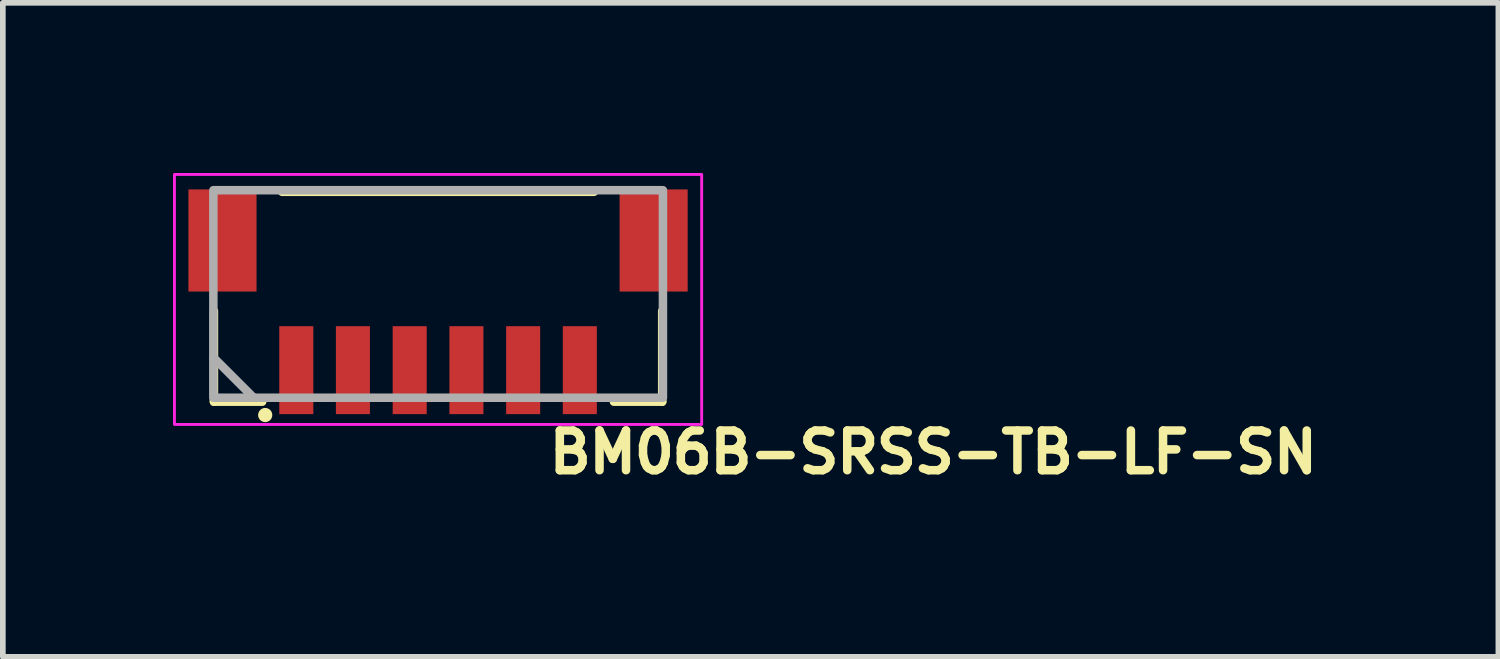
<source format=kicad_pcb>
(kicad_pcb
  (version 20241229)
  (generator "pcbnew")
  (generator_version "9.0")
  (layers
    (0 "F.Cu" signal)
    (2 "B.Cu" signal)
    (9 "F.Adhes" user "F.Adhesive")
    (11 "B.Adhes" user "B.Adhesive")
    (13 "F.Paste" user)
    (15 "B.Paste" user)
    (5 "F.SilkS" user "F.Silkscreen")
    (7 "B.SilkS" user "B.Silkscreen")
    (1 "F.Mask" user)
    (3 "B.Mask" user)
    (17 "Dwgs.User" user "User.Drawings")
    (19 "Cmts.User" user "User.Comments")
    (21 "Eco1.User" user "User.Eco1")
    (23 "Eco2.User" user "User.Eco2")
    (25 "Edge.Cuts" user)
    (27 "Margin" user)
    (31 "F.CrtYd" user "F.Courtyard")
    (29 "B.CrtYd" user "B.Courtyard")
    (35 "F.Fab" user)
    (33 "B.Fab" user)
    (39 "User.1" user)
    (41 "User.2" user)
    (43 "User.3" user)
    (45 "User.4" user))
  (footprint "BM06B-SRSS-TB-LF-SN"
    (layer "F.Cu")
    (at 4.672 2.132)
    (property "Reference" "BM06B-SRSS-TB-LF-SN" (at 1.881 3.2 0) (layer "F.SilkS") (effects (font (size 0.7 0.7) (thickness 0.15)) (justify left bottom)))
    (attr smd)
    (fp_line (start -3.951 0.3) (end -3.951 1.899) (stroke (width 0.15) (type solid)) (layer "F.SilkS"))
    (fp_line (start -3.951 1.899) (end -3.1 1.899) (stroke (width 0.15) (type solid)) (layer "F.SilkS"))
    (fp_line (start -2.749 -1.801) (end 2.749 -1.801) (stroke (width 0.15) (type solid)) (layer "F.SilkS"))
    (fp_line (start 3.951 0.3) (end 3.951 1.899) (stroke (width 0.15) (type solid)) (layer "F.SilkS"))
    (fp_line (start 3.951 1.899) (end 3.1 1.899) (stroke (width 0.15) (type solid)) (layer "F.SilkS"))
    (fp_circle (center -3.047 2.134) (end -2.997 2.134) (stroke (width 0.15) (type solid)) (fill yes) (layer "F.SilkS"))
    (fp_rect (start -4.647 -2.107) (end 4.647 2.3) (stroke (width 0.05) (type solid)) (fill no) (layer "F.CrtYd"))
    (fp_line (start -3.961 1.118) (end -3.25 1.829) (stroke (width 0.15) (type solid)) (layer "F.Fab"))
    (fp_rect (start -3.961 -1.829) (end 3.964 1.829) (stroke (width 0.15) (type solid)) (fill no) (layer "F.Fab"))
    (fp_rect (start -3.999 -1.801) (end 4 1.8) (stroke (width 0.1) (type solid)) (fill no) (layer "User.5"))
    (fp_rect (start -3.999 -1.801) (end 4 1.8) (stroke (width 0.15) (type solid)) (fill no) (layer "User.5"))
    (fp_line (start -3.999 -1.801) (end -3.999 -0.151) (stroke (width 0.02) (type solid)) (layer "User.9"))
    (fp_line (start -3.999 0.6) (end -3.999 -0.151) (stroke (width 0.02) (type solid)) (layer "User.9"))
    (fp_line (start -3.999 1.1) (end -3.999 0.6) (stroke (width 0.02) (type solid)) (layer "User.9"))
    (fp_line (start -3.624 -0.902) (end -3.3 -0.902) (stroke (width 0.02) (type solid)) (layer "User.9"))
    (fp_line (start -3.624 -0.202) (end -3.624 -0.902) (stroke (width 0.02) (type solid)) (layer "User.9"))
    (fp_line (start -3.624 -0.151) (end -3.999 -0.151) (stroke (width 0.02) (type solid)) (layer "User.9"))
    (fp_line (start -3.624 -0.151) (end -3.624 1.1) (stroke (width 0.02) (type solid)) (layer "User.9"))
    (fp_line (start -3.624 0.6) (end -3.999 0.6) (stroke (width 0.02) (type solid)) (layer "User.9"))
    (fp_line (start -3.624 1.1) (end -3.999 1.1) (stroke (width 0.02) (type solid)) (layer "User.9"))
    (fp_line (start -3.3 -1.476) (end -3.249 -1.426) (stroke (width 0.02) (type solid)) (layer "User.9"))
    (fp_line (start -3.3 -1.476) (end 3.3 -1.476) (stroke (width 0.02) (type solid)) (layer "User.9"))
    (fp_line (start -3.3 -0.902) (end -3.3 -1.476) (stroke (width 0.02) (type solid)) (layer "User.9"))
    (fp_line (start -3.3 -0.202) (end -3.624 -0.202) (stroke (width 0.02) (type solid)) (layer "User.9"))
    (fp_line (start -3.3 -0.202) (end -3.249 -0.202) (stroke (width 0.02) (type solid)) (layer "User.9"))
    (fp_line (start -3.3 0.673) (end -3.3 -0.202) (stroke (width 0.02) (type solid)) (layer "User.9"))
    (fp_line (start -3.249 -1.426) (end -3.249 -0.902) (stroke (width 0.02) (type solid)) (layer "User.9"))
    (fp_line (start -3.249 -0.902) (end -3.3 -0.902) (stroke (width 0.02) (type solid)) (layer "User.9"))
    (fp_line (start -3.249 -0.202) (end -3.249 0.625) (stroke (width 0.02) (type solid)) (layer "User.9"))
    (fp_line (start -3.249 0.625) (end -3.3 0.673) (stroke (width 0.02) (type solid)) (layer "User.9"))
    (fp_line (start -3.249 0.625) (end 3.25 0.625) (stroke (width 0.02) (type solid)) (layer "User.9"))
    (fp_line (start -2.601 -1.101) (end -2.601 -1.101) (stroke (width 0.02) (type solid)) (layer "User.9"))
    (fp_line (start -2.601 -1.101) (end -2.601 -0.879) (stroke (width 0.02) (type solid)) (layer "User.9"))
    (fp_line (start -2.601 -1.101) (end -2.575 -1.101) (stroke (width 0.02) (type solid)) (layer "User.9"))
    (fp_line (start -2.601 -0.879) (end -2.601 -1.101) (stroke (width 0.02) (type solid)) (layer "User.9"))
    (fp_line (start -2.601 -0.723) (end -2.601 -0.879) (stroke (width 0.02) (type solid)) (layer "User.9"))
    (fp_line (start -2.601 -0.723) (end -2.601 -0.502) (stroke (width 0.02) (type solid)) (layer "User.9"))
    (fp_line (start -2.601 -0.502) (end -2.601 -0.723) (stroke (width 0.02) (type solid)) (layer "User.9"))
    (fp_line (start -2.601 -0.5) (end -2.601 -0.502) (stroke (width 0.02) (type solid)) (layer "User.9"))
    (fp_line (start -2.601 -0.5) (end -2.575 -0.5) (stroke (width 0.02) (type solid)) (layer "User.9"))
    (fp_line (start -2.601 -0.064) (end -2.601 0.337) (stroke (width 0.02) (type solid)) (layer "User.9"))
    (fp_line (start -2.601 0.337) (end -2.399 0.337) (stroke (width 0.02) (type solid)) (layer "User.9"))
    (fp_line (start -2.601 1.1) (end -2.601 1.25) (stroke (width 0.02) (type solid)) (layer "User.9"))
    (fp_line (start -2.601 1.25) (end -2.601 1.723) (stroke (width 0.02) (type solid)) (layer "User.9"))
    (fp_line (start -2.601 1.723) (end -2.601 1.8) (stroke (width 0.02) (type solid)) (layer "User.9"))
    (fp_line (start -2.575 -1.101) (end -2.601 -1.101) (stroke (width 0.02) (type solid)) (layer "User.9"))
    (fp_line (start -2.575 -1.101) (end -2.425 -1.101) (stroke (width 0.02) (type solid)) (layer "User.9"))
    (fp_line (start -2.575 -0.5) (end -2.601 -0.5) (stroke (width 0.02) (type solid)) (layer "User.9"))
    (fp_line (start -2.425 -1.101) (end -2.399 -1.101) (stroke (width 0.02) (type solid)) (layer "User.9"))
    (fp_line (start -2.425 -0.5) (end -2.575 -0.5) (stroke (width 0.02) (type solid)) (layer "User.9"))
    (fp_line (start -2.425 -0.5) (end -2.399 -0.5) (stroke (width 0.02) (type solid)) (layer "User.9"))
    (fp_line (start -2.399 -1.101) (end -2.425 -1.101) (stroke (width 0.02) (type solid)) (layer "User.9"))
    (fp_line (start -2.399 -1.101) (end -2.399 -1.101) (stroke (width 0.02) (type solid)) (layer "User.9"))
    (fp_line (start -2.399 -1.101) (end -2.399 -0.879) (stroke (width 0.02) (type solid)) (layer "User.9"))
    (fp_line (start -2.399 -0.879) (end -2.399 -1.101) (stroke (width 0.02) (type solid)) (layer "User.9"))
    (fp_line (start -2.399 -0.879) (end -2.399 -0.723) (stroke (width 0.02) (type solid)) (layer "User.9"))
    (fp_line (start -2.399 -0.723) (end -2.399 -0.502) (stroke (width 0.02) (type solid)) (layer "User.9"))
    (fp_line (start -2.399 -0.502) (end -2.399 -0.723) (stroke (width 0.02) (type solid)) (layer "User.9"))
    (fp_line (start -2.399 -0.502) (end -2.399 -0.5) (stroke (width 0.02) (type solid)) (layer "User.9"))
    (fp_line (start -2.399 -0.5) (end -2.425 -0.5) (stroke (width 0.02) (type solid)) (layer "User.9"))
    (fp_line (start -2.399 -0.064) (end -2.601 -0.064) (stroke (width 0.02) (type solid)) (layer "User.9"))
    (fp_line (start -2.399 0.337) (end -2.399 -0.064) (stroke (width 0.02) (type solid)) (layer "User.9"))
    (fp_line (start -2.399 1.1) (end -2.399 1.25) (stroke (width 0.02) (type solid)) (layer "User.9"))
    (fp_line (start -2.399 1.25) (end -2.601 1.25) (stroke (width 0.02) (type solid)) (layer "User.9"))
    (fp_line (start -2.399 1.25) (end -2.399 1.723) (stroke (width 0.02) (type solid)) (layer "User.9"))
    (fp_line (start -2.399 1.723) (end -2.399 1.8) (stroke (width 0.02) (type solid)) (layer "User.9"))
    (fp_line (start -2.399 1.8) (end -2.601 1.8) (stroke (width 0.02) (type solid)) (layer "User.9"))
    (fp_line (start -1.6 -1.101) (end -1.6 -1.101) (stroke (width 0.02) (type solid)) (layer "User.9"))
    (fp_line (start -1.6 -1.101) (end -1.6 -0.879) (stroke (width 0.02) (type solid)) (layer "User.9"))
    (fp_line (start -1.6 -1.101) (end -1.574 -1.101) (stroke (width 0.02) (type solid)) (layer "User.9"))
    (fp_line (start -1.6 -0.879) (end -1.6 -1.101) (stroke (width 0.02) (type solid)) (layer "User.9"))
    (fp_line (start -1.6 -0.723) (end -1.6 -0.879) (stroke (width 0.02) (type solid)) (layer "User.9"))
    (fp_line (start -1.6 -0.723) (end -1.6 -0.502) (stroke (width 0.02) (type solid)) (layer "User.9"))
    (fp_line (start -1.6 -0.502) (end -1.6 -0.723) (stroke (width 0.02) (type solid)) (layer "User.9"))
    (fp_line (start -1.6 -0.5) (end -1.6 -0.502) (stroke (width 0.02) (type solid)) (layer "User.9"))
    (fp_line (start -1.6 -0.5) (end -1.574 -0.5) (stroke (width 0.02) (type solid)) (layer "User.9"))
    (fp_line (start -1.6 -0.064) (end -1.6 0.337) (stroke (width 0.02) (type solid)) (layer "User.9"))
    (fp_line (start -1.6 0.337) (end -1.399 0.337) (stroke (width 0.02) (type solid)) (layer "User.9"))
    (fp_line (start -1.6 1.1) (end -1.6 1.25) (stroke (width 0.02) (type solid)) (layer "User.9"))
    (fp_line (start -1.6 1.1) (end -1.6 1.25) (stroke (width 0.02) (type solid)) (layer "User.9"))
    (fp_line (start -1.6 1.25) (end -1.6 1.723) (stroke (width 0.02) (type solid)) (layer "User.9"))
    (fp_line (start -1.6 1.25) (end -1.6 1.723) (stroke (width 0.02) (type solid)) (layer "User.9"))
    (fp_line (start -1.6 1.723) (end -1.6 1.8) (stroke (width 0.02) (type solid)) (layer "User.9"))
    (fp_line (start -1.6 1.723) (end -1.6 1.8) (stroke (width 0.02) (type solid)) (layer "User.9"))
    (fp_line (start -1.574 -1.101) (end -1.6 -1.101) (stroke (width 0.02) (type solid)) (layer "User.9"))
    (fp_line (start -1.574 -1.101) (end -1.425 -1.101) (stroke (width 0.02) (type solid)) (layer "User.9"))
    (fp_line (start -1.574 -0.5) (end -1.6 -0.5) (stroke (width 0.02) (type solid)) (layer "User.9"))
    (fp_line (start -1.425 -1.101) (end -1.399 -1.101) (stroke (width 0.02) (type solid)) (layer "User.9"))
    (fp_line (start -1.425 -0.5) (end -1.574 -0.5) (stroke (width 0.02) (type solid)) (layer "User.9"))
    (fp_line (start -1.425 -0.5) (end -1.399 -0.5) (stroke (width 0.02) (type solid)) (layer "User.9"))
    (fp_line (start -1.399 -1.101) (end -1.425 -1.101) (stroke (width 0.02) (type solid)) (layer "User.9"))
    (fp_line (start -1.399 -1.101) (end -1.399 -1.101) (stroke (width 0.02) (type solid)) (layer "User.9"))
    (fp_line (start -1.399 -1.101) (end -1.399 -0.879) (stroke (width 0.02) (type solid)) (layer "User.9"))
    (fp_line (start -1.399 -0.879) (end -1.399 -1.101) (stroke (width 0.02) (type solid)) (layer "User.9"))
    (fp_line (start -1.399 -0.879) (end -1.399 -0.723) (stroke (width 0.02) (type solid)) (layer "User.9"))
    (fp_line (start -1.399 -0.723) (end -1.399 -0.502) (stroke (width 0.02) (type solid)) (layer "User.9"))
    (fp_line (start -1.399 -0.502) (end -1.399 -0.723) (stroke (width 0.02) (type solid)) (layer "User.9"))
    (fp_line (start -1.399 -0.502) (end -1.399 -0.5) (stroke (width 0.02) (type solid)) (layer "User.9"))
    (fp_line (start -1.399 -0.5) (end -1.425 -0.5) (stroke (width 0.02) (type solid)) (layer "User.9"))
    (fp_line (start -1.399 -0.064) (end -1.6 -0.064) (stroke (width 0.02) (type solid)) (layer "User.9"))
    (fp_line (start -1.399 0.337) (end -1.399 -0.064) (stroke (width 0.02) (type solid)) (layer "User.9"))
    (fp_line (start -1.399 1.1) (end -1.399 1.25) (stroke (width 0.02) (type solid)) (layer "User.9"))
    (fp_line (start -1.399 1.1) (end -1.399 1.25) (stroke (width 0.02) (type solid)) (layer "User.9"))
    (fp_line (start -1.399 1.25) (end -1.6 1.25) (stroke (width 0.02) (type solid)) (layer "User.9"))
    (fp_line (start -1.399 1.25) (end -1.6 1.25) (stroke (width 0.02) (type solid)) (layer "User.9"))
    (fp_line (start -1.399 1.25) (end -1.399 1.723) (stroke (width 0.02) (type solid)) (layer "User.9"))
    (fp_line (start -1.399 1.25) (end -1.399 1.723) (stroke (width 0.02) (type solid)) (layer "User.9"))
    (fp_line (start -1.399 1.723) (end -1.399 1.8) (stroke (width 0.02) (type solid)) (layer "User.9"))
    (fp_line (start -1.399 1.723) (end -1.399 1.8) (stroke (width 0.02) (type solid)) (layer "User.9"))
    (fp_line (start -1.399 1.8) (end -1.6 1.8) (stroke (width 0.02) (type solid)) (layer "User.9"))
    (fp_line (start -1.399 1.8) (end -1.6 1.8) (stroke (width 0.02) (type solid)) (layer "User.9"))
    (fp_line (start -0.601 -1.101) (end -0.601 -1.101) (stroke (width 0.02) (type solid)) (layer "User.9"))
    (fp_line (start -0.601 -1.101) (end -0.601 -0.879) (stroke (width 0.02) (type solid)) (layer "User.9"))
    (fp_line (start -0.601 -1.101) (end -0.574 -1.101) (stroke (width 0.02) (type solid)) (layer "User.9"))
    (fp_line (start -0.601 -0.879) (end -0.601 -1.101) (stroke (width 0.02) (type solid)) (layer "User.9"))
    (fp_line (start -0.601 -0.723) (end -0.601 -0.879) (stroke (width 0.02) (type solid)) (layer "User.9"))
    (fp_line (start -0.601 -0.723) (end -0.601 -0.502) (stroke (width 0.02) (type solid)) (layer "User.9"))
    (fp_line (start -0.601 -0.502) (end -0.601 -0.723) (stroke (width 0.02) (type solid)) (layer "User.9"))
    (fp_line (start -0.601 -0.5) (end -0.601 -0.502) (stroke (width 0.02) (type solid)) (layer "User.9"))
    (fp_line (start -0.601 -0.5) (end -0.574 -0.5) (stroke (width 0.02) (type solid)) (layer "User.9"))
    (fp_line (start -0.601 -0.064) (end -0.601 0.337) (stroke (width 0.02) (type solid)) (layer "User.9"))
    (fp_line (start -0.601 0.337) (end -0.399 0.337) (stroke (width 0.02) (type solid)) (layer "User.9"))
    (fp_line (start -0.601 1.1) (end -0.601 1.25) (stroke (width 0.02) (type solid)) (layer "User.9"))
    (fp_line (start -0.601 1.1) (end -0.601 1.25) (stroke (width 0.02) (type solid)) (layer "User.9"))
    (fp_line (start -0.601 1.1) (end -0.601 1.25) (stroke (width 0.02) (type solid)) (layer "User.9"))
    (fp_line (start -0.601 1.25) (end -0.601 1.723) (stroke (width 0.02) (type solid)) (layer "User.9"))
    (fp_line (start -0.601 1.25) (end -0.601 1.723) (stroke (width 0.02) (type solid)) (layer "User.9"))
    (fp_line (start -0.601 1.25) (end -0.601 1.723) (stroke (width 0.02) (type solid)) (layer "User.9"))
    (fp_line (start -0.601 1.723) (end -0.601 1.8) (stroke (width 0.02) (type solid)) (layer "User.9"))
    (fp_line (start -0.601 1.723) (end -0.601 1.8) (stroke (width 0.02) (type solid)) (layer "User.9"))
    (fp_line (start -0.601 1.723) (end -0.601 1.8) (stroke (width 0.02) (type solid)) (layer "User.9"))
    (fp_line (start -0.574 -1.101) (end -0.601 -1.101) (stroke (width 0.02) (type solid)) (layer "User.9"))
    (fp_line (start -0.574 -1.101) (end -0.424 -1.101) (stroke (width 0.02) (type solid)) (layer "User.9"))
    (fp_line (start -0.574 -0.5) (end -0.601 -0.5) (stroke (width 0.02) (type solid)) (layer "User.9"))
    (fp_line (start -0.424 -1.101) (end -0.399 -1.101) (stroke (width 0.02) (type solid)) (layer "User.9"))
    (fp_line (start -0.424 -0.5) (end -0.574 -0.5) (stroke (width 0.02) (type solid)) (layer "User.9"))
    (fp_line (start -0.424 -0.5) (end -0.399 -0.5) (stroke (width 0.02) (type solid)) (layer "User.9"))
    (fp_line (start -0.399 -1.101) (end -0.424 -1.101) (stroke (width 0.02) (type solid)) (layer "User.9"))
    (fp_line (start -0.399 -1.101) (end -0.399 -1.101) (stroke (width 0.02) (type solid)) (layer "User.9"))
    (fp_line (start -0.399 -1.101) (end -0.399 -0.879) (stroke (width 0.02) (type solid)) (layer "User.9"))
    (fp_line (start -0.399 -0.879) (end -0.399 -1.101) (stroke (width 0.02) (type solid)) (layer "User.9"))
    (fp_line (start -0.399 -0.879) (end -0.399 -0.723) (stroke (width 0.02) (type solid)) (layer "User.9"))
    (fp_line (start -0.399 -0.723) (end -0.399 -0.502) (stroke (width 0.02) (type solid)) (layer "User.9"))
    (fp_line (start -0.399 -0.502) (end -0.399 -0.723) (stroke (width 0.02) (type solid)) (layer "User.9"))
    (fp_line (start -0.399 -0.502) (end -0.399 -0.5) (stroke (width 0.02) (type solid)) (layer "User.9"))
    (fp_line (start -0.399 -0.5) (end -0.424 -0.5) (stroke (width 0.02) (type solid)) (layer "User.9"))
    (fp_line (start -0.399 -0.064) (end -0.601 -0.064) (stroke (width 0.02) (type solid)) (layer "User.9"))
    (fp_line (start -0.399 0.337) (end -0.399 -0.064) (stroke (width 0.02) (type solid)) (layer "User.9"))
    (fp_line (start -0.399 1.1) (end -0.399 1.25) (stroke (width 0.02) (type solid)) (layer "User.9"))
    (fp_line (start -0.399 1.1) (end -0.399 1.25) (stroke (width 0.02) (type solid)) (layer "User.9"))
    (fp_line (start -0.399 1.1) (end -0.399 1.25) (stroke (width 0.02) (type solid)) (layer "User.9"))
    (fp_line (start -0.399 1.25) (end -0.601 1.25) (stroke (width 0.02) (type solid)) (layer "User.9"))
    (fp_line (start -0.399 1.25) (end -0.601 1.25) (stroke (width 0.02) (type solid)) (layer "User.9"))
    (fp_line (start -0.399 1.25) (end -0.601 1.25) (stroke (width 0.02) (type solid)) (layer "User.9"))
    (fp_line (start -0.399 1.25) (end -0.399 1.723) (stroke (width 0.02) (type solid)) (layer "User.9"))
    (fp_line (start -0.399 1.25) (end -0.399 1.723) (stroke (width 0.02) (type solid)) (layer "User.9"))
    (fp_line (start -0.399 1.25) (end -0.399 1.723) (stroke (width 0.02) (type solid)) (layer "User.9"))
    (fp_line (start -0.399 1.723) (end -0.399 1.8) (stroke (width 0.02) (type solid)) (layer "User.9"))
    (fp_line (start -0.399 1.723) (end -0.399 1.8) (stroke (width 0.02) (type solid)) (layer "User.9"))
    (fp_line (start -0.399 1.723) (end -0.399 1.8) (stroke (width 0.02) (type solid)) (layer "User.9"))
    (fp_line (start -0.399 1.8) (end -0.601 1.8) (stroke (width 0.02) (type solid)) (layer "User.9"))
    (fp_line (start -0.399 1.8) (end -0.601 1.8) (stroke (width 0.02) (type solid)) (layer "User.9"))
    (fp_line (start -0.399 1.8) (end -0.601 1.8) (stroke (width 0.02) (type solid)) (layer "User.9"))
    (fp_line (start 0.399 -1.101) (end 0.399 -1.101) (stroke (width 0.02) (type solid)) (layer "User.9"))
    (fp_line (start 0.399 -1.101) (end 0.399 -0.879) (stroke (width 0.02) (type solid)) (layer "User.9"))
    (fp_line (start 0.399 -1.101) (end 0.424 -1.101) (stroke (width 0.02) (type solid)) (layer "User.9"))
    (fp_line (start 0.399 -0.879) (end 0.399 -1.101) (stroke (width 0.02) (type solid)) (layer "User.9"))
    (fp_line (start 0.399 -0.723) (end 0.399 -0.879) (stroke (width 0.02) (type solid)) (layer "User.9"))
    (fp_line (start 0.399 -0.723) (end 0.399 -0.502) (stroke (width 0.02) (type solid)) (layer "User.9"))
    (fp_line (start 0.399 -0.502) (end 0.399 -0.723) (stroke (width 0.02) (type solid)) (layer "User.9"))
    (fp_line (start 0.399 -0.5) (end 0.399 -0.502) (stroke (width 0.02) (type solid)) (layer "User.9"))
    (fp_line (start 0.399 -0.5) (end 0.424 -0.5) (stroke (width 0.02) (type solid)) (layer "User.9"))
    (fp_line (start 0.399 -0.064) (end 0.399 0.337) (stroke (width 0.02) (type solid)) (layer "User.9"))
    (fp_line (start 0.399 0.337) (end 0.601 0.337) (stroke (width 0.02) (type solid)) (layer "User.9"))
    (fp_line (start 0.399 1.1) (end 0.399 1.25) (stroke (width 0.02) (type solid)) (layer "User.9"))
    (fp_line (start 0.399 1.1) (end 0.399 1.25) (stroke (width 0.02) (type solid)) (layer "User.9"))
    (fp_line (start 0.399 1.1) (end 0.399 1.25) (stroke (width 0.02) (type solid)) (layer "User.9"))
    (fp_line (start 0.399 1.25) (end 0.399 1.723) (stroke (width 0.02) (type solid)) (layer "User.9"))
    (fp_line (start 0.399 1.25) (end 0.399 1.723) (stroke (width 0.02) (type solid)) (layer "User.9"))
    (fp_line (start 0.399 1.25) (end 0.399 1.723) (stroke (width 0.02) (type solid)) (layer "User.9"))
    (fp_line (start 0.399 1.723) (end 0.399 1.8) (stroke (width 0.02) (type solid)) (layer "User.9"))
    (fp_line (start 0.399 1.723) (end 0.399 1.8) (stroke (width 0.02) (type solid)) (layer "User.9"))
    (fp_line (start 0.399 1.723) (end 0.399 1.8) (stroke (width 0.02) (type solid)) (layer "User.9"))
    (fp_line (start 0.424 -1.101) (end 0.399 -1.101) (stroke (width 0.02) (type solid)) (layer "User.9"))
    (fp_line (start 0.424 -1.101) (end 0.576 -1.101) (stroke (width 0.02) (type solid)) (layer "User.9"))
    (fp_line (start 0.424 -0.5) (end 0.399 -0.5) (stroke (width 0.02) (type solid)) (layer "User.9"))
    (fp_line (start 0.576 -1.101) (end 0.601 -1.101) (stroke (width 0.02) (type solid)) (layer "User.9"))
    (fp_line (start 0.576 -0.5) (end 0.424 -0.5) (stroke (width 0.02) (type solid)) (layer "User.9"))
    (fp_line (start 0.576 -0.5) (end 0.601 -0.5) (stroke (width 0.02) (type solid)) (layer "User.9"))
    (fp_line (start 0.601 -1.101) (end 0.576 -1.101) (stroke (width 0.02) (type solid)) (layer "User.9"))
    (fp_line (start 0.601 -1.101) (end 0.601 -1.101) (stroke (width 0.02) (type solid)) (layer "User.9"))
    (fp_line (start 0.601 -1.101) (end 0.601 -0.879) (stroke (width 0.02) (type solid)) (layer "User.9"))
    (fp_line (start 0.601 -0.879) (end 0.601 -1.101) (stroke (width 0.02) (type solid)) (layer "User.9"))
    (fp_line (start 0.601 -0.879) (end 0.601 -0.723) (stroke (width 0.02) (type solid)) (layer "User.9"))
    (fp_line (start 0.601 -0.723) (end 0.601 -0.502) (stroke (width 0.02) (type solid)) (layer "User.9"))
    (fp_line (start 0.601 -0.502) (end 0.601 -0.723) (stroke (width 0.02) (type solid)) (layer "User.9"))
    (fp_line (start 0.601 -0.502) (end 0.601 -0.5) (stroke (width 0.02) (type solid)) (layer "User.9"))
    (fp_line (start 0.601 -0.5) (end 0.576 -0.5) (stroke (width 0.02) (type solid)) (layer "User.9"))
    (fp_line (start 0.601 -0.064) (end 0.399 -0.064) (stroke (width 0.02) (type solid)) (layer "User.9"))
    (fp_line (start 0.601 0.337) (end 0.601 -0.064) (stroke (width 0.02) (type solid)) (layer "User.9"))
    (fp_line (start 0.601 1.1) (end 0.601 1.25) (stroke (width 0.02) (type solid)) (layer "User.9"))
    (fp_line (start 0.601 1.1) (end 0.601 1.25) (stroke (width 0.02) (type solid)) (layer "User.9"))
    (fp_line (start 0.601 1.1) (end 0.601 1.25) (stroke (width 0.02) (type solid)) (layer "User.9"))
    (fp_line (start 0.601 1.25) (end 0.399 1.25) (stroke (width 0.02) (type solid)) (layer "User.9"))
    (fp_line (start 0.601 1.25) (end 0.399 1.25) (stroke (width 0.02) (type solid)) (layer "User.9"))
    (fp_line (start 0.601 1.25) (end 0.399 1.25) (stroke (width 0.02) (type solid)) (layer "User.9"))
    (fp_line (start 0.601 1.25) (end 0.601 1.723) (stroke (width 0.02) (type solid)) (layer "User.9"))
    (fp_line (start 0.601 1.25) (end 0.601 1.723) (stroke (width 0.02) (type solid)) (layer "User.9"))
    (fp_line (start 0.601 1.25) (end 0.601 1.723) (stroke (width 0.02) (type solid)) (layer "User.9"))
    (fp_line (start 0.601 1.723) (end 0.601 1.8) (stroke (width 0.02) (type solid)) (layer "User.9"))
    (fp_line (start 0.601 1.723) (end 0.601 1.8) (stroke (width 0.02) (type solid)) (layer "User.9"))
    (fp_line (start 0.601 1.723) (end 0.601 1.8) (stroke (width 0.02) (type solid)) (layer "User.9"))
    (fp_line (start 0.601 1.8) (end 0.399 1.8) (stroke (width 0.02) (type solid)) (layer "User.9"))
    (fp_line (start 0.601 1.8) (end 0.399 1.8) (stroke (width 0.02) (type solid)) (layer "User.9"))
    (fp_line (start 0.601 1.8) (end 0.399 1.8) (stroke (width 0.02) (type solid)) (layer "User.9"))
    (fp_line (start 1.399 -1.101) (end 1.399 -1.101) (stroke (width 0.02) (type solid)) (layer "User.9"))
    (fp_line (start 1.399 -1.101) (end 1.399 -0.879) (stroke (width 0.02) (type solid)) (layer "User.9"))
    (fp_line (start 1.399 -1.101) (end 1.424 -1.101) (stroke (width 0.02) (type solid)) (layer "User.9"))
    (fp_line (start 1.399 -0.879) (end 1.399 -1.101) (stroke (width 0.02) (type solid)) (layer "User.9"))
    (fp_line (start 1.399 -0.723) (end 1.399 -0.879) (stroke (width 0.02) (type solid)) (layer "User.9"))
    (fp_line (start 1.399 -0.723) (end 1.399 -0.502) (stroke (width 0.02) (type solid)) (layer "User.9"))
    (fp_line (start 1.399 -0.502) (end 1.399 -0.723) (stroke (width 0.02) (type solid)) (layer "User.9"))
    (fp_line (start 1.399 -0.5) (end 1.399 -0.502) (stroke (width 0.02) (type solid)) (layer "User.9"))
    (fp_line (start 1.399 -0.5) (end 1.424 -0.5) (stroke (width 0.02) (type solid)) (layer "User.9"))
    (fp_line (start 1.399 -0.064) (end 1.399 0.337) (stroke (width 0.02) (type solid)) (layer "User.9"))
    (fp_line (start 1.399 0.337) (end 1.6 0.337) (stroke (width 0.02) (type solid)) (layer "User.9"))
    (fp_line (start 1.399 1.1) (end 1.399 1.25) (stroke (width 0.02) (type solid)) (layer "User.9"))
    (fp_line (start 1.399 1.1) (end 1.399 1.25) (stroke (width 0.02) (type solid)) (layer "User.9"))
    (fp_line (start 1.399 1.25) (end 1.399 1.723) (stroke (width 0.02) (type solid)) (layer "User.9"))
    (fp_line (start 1.399 1.25) (end 1.399 1.723) (stroke (width 0.02) (type solid)) (layer "User.9"))
    (fp_line (start 1.399 1.723) (end 1.399 1.8) (stroke (width 0.02) (type solid)) (layer "User.9"))
    (fp_line (start 1.399 1.723) (end 1.399 1.8) (stroke (width 0.02) (type solid)) (layer "User.9"))
    (fp_line (start 1.424 -1.101) (end 1.399 -1.101) (stroke (width 0.02) (type solid)) (layer "User.9"))
    (fp_line (start 1.424 -1.101) (end 1.576 -1.101) (stroke (width 0.02) (type solid)) (layer "User.9"))
    (fp_line (start 1.424 -0.5) (end 1.399 -0.5) (stroke (width 0.02) (type solid)) (layer "User.9"))
    (fp_line (start 1.576 -1.101) (end 1.6 -1.101) (stroke (width 0.02) (type solid)) (layer "User.9"))
    (fp_line (start 1.576 -0.5) (end 1.424 -0.5) (stroke (width 0.02) (type solid)) (layer "User.9"))
    (fp_line (start 1.576 -0.5) (end 1.6 -0.5) (stroke (width 0.02) (type solid)) (layer "User.9"))
    (fp_line (start 1.6 -1.101) (end 1.576 -1.101) (stroke (width 0.02) (type solid)) (layer "User.9"))
    (fp_line (start 1.6 -1.101) (end 1.6 -1.101) (stroke (width 0.02) (type solid)) (layer "User.9"))
    (fp_line (start 1.6 -1.101) (end 1.6 -0.879) (stroke (width 0.02) (type solid)) (layer "User.9"))
    (fp_line (start 1.6 -0.879) (end 1.6 -1.101) (stroke (width 0.02) (type solid)) (layer "User.9"))
    (fp_line (start 1.6 -0.879) (end 1.6 -0.723) (stroke (width 0.02) (type solid)) (layer "User.9"))
    (fp_line (start 1.6 -0.723) (end 1.6 -0.502) (stroke (width 0.02) (type solid)) (layer "User.9"))
    (fp_line (start 1.6 -0.502) (end 1.6 -0.723) (stroke (width 0.02) (type solid)) (layer "User.9"))
    (fp_line (start 1.6 -0.502) (end 1.6 -0.5) (stroke (width 0.02) (type solid)) (layer "User.9"))
    (fp_line (start 1.6 -0.5) (end 1.576 -0.5) (stroke (width 0.02) (type solid)) (layer "User.9"))
    (fp_line (start 1.6 -0.064) (end 1.399 -0.064) (stroke (width 0.02) (type solid)) (layer "User.9"))
    (fp_line (start 1.6 0.337) (end 1.6 -0.064) (stroke (width 0.02) (type solid)) (layer "User.9"))
    (fp_line (start 1.6 1.1) (end 1.6 1.25) (stroke (width 0.02) (type solid)) (layer "User.9"))
    (fp_line (start 1.6 1.1) (end 1.6 1.25) (stroke (width 0.02) (type solid)) (layer "User.9"))
    (fp_line (start 1.6 1.25) (end 1.399 1.25) (stroke (width 0.02) (type solid)) (layer "User.9"))
    (fp_line (start 1.6 1.25) (end 1.399 1.25) (stroke (width 0.02) (type solid)) (layer "User.9"))
    (fp_line (start 1.6 1.25) (end 1.6 1.723) (stroke (width 0.02) (type solid)) (layer "User.9"))
    (fp_line (start 1.6 1.25) (end 1.6 1.723) (stroke (width 0.02) (type solid)) (layer "User.9"))
    (fp_line (start 1.6 1.723) (end 1.6 1.8) (stroke (width 0.02) (type solid)) (layer "User.9"))
    (fp_line (start 1.6 1.723) (end 1.6 1.8) (stroke (width 0.02) (type solid)) (layer "User.9"))
    (fp_line (start 1.6 1.8) (end 1.399 1.8) (stroke (width 0.02) (type solid)) (layer "User.9"))
    (fp_line (start 1.6 1.8) (end 1.399 1.8) (stroke (width 0.02) (type solid)) (layer "User.9"))
    (fp_line (start 2.401 -1.101) (end 2.401 -1.101) (stroke (width 0.02) (type solid)) (layer "User.9"))
    (fp_line (start 2.401 -1.101) (end 2.401 -0.879) (stroke (width 0.02) (type solid)) (layer "User.9"))
    (fp_line (start 2.401 -1.101) (end 2.425 -1.101) (stroke (width 0.02) (type solid)) (layer "User.9"))
    (fp_line (start 2.401 -0.879) (end 2.401 -1.101) (stroke (width 0.02) (type solid)) (layer "User.9"))
    (fp_line (start 2.401 -0.723) (end 2.401 -0.879) (stroke (width 0.02) (type solid)) (layer "User.9"))
    (fp_line (start 2.401 -0.723) (end 2.401 -0.502) (stroke (width 0.02) (type solid)) (layer "User.9"))
    (fp_line (start 2.401 -0.502) (end 2.401 -0.723) (stroke (width 0.02) (type solid)) (layer "User.9"))
    (fp_line (start 2.401 -0.5) (end 2.401 -0.502) (stroke (width 0.02) (type solid)) (layer "User.9"))
    (fp_line (start 2.401 -0.5) (end 2.425 -0.5) (stroke (width 0.02) (type solid)) (layer "User.9"))
    (fp_line (start 2.401 -0.064) (end 2.401 0.337) (stroke (width 0.02) (type solid)) (layer "User.9"))
    (fp_line (start 2.401 0.337) (end 2.6 0.337) (stroke (width 0.02) (type solid)) (layer "User.9"))
    (fp_line (start 2.401 1.1) (end 2.401 1.25) (stroke (width 0.02) (type solid)) (layer "User.9"))
    (fp_line (start 2.401 1.25) (end 2.401 1.723) (stroke (width 0.02) (type solid)) (layer "User.9"))
    (fp_line (start 2.401 1.723) (end 2.401 1.8) (stroke (width 0.02) (type solid)) (layer "User.9"))
    (fp_line (start 2.425 -1.101) (end 2.401 -1.101) (stroke (width 0.02) (type solid)) (layer "User.9"))
    (fp_line (start 2.425 -1.101) (end 2.576 -1.101) (stroke (width 0.02) (type solid)) (layer "User.9"))
    (fp_line (start 2.425 -0.5) (end 2.401 -0.5) (stroke (width 0.02) (type solid)) (layer "User.9"))
    (fp_line (start 2.576 -1.101) (end 2.6 -1.101) (stroke (width 0.02) (type solid)) (layer "User.9"))
    (fp_line (start 2.576 -0.5) (end 2.425 -0.5) (stroke (width 0.02) (type solid)) (layer "User.9"))
    (fp_line (start 2.576 -0.5) (end 2.6 -0.5) (stroke (width 0.02) (type solid)) (layer "User.9"))
    (fp_line (start 2.6 -1.101) (end 2.576 -1.101) (stroke (width 0.02) (type solid)) (layer "User.9"))
    (fp_line (start 2.6 -1.101) (end 2.6 -1.101) (stroke (width 0.02) (type solid)) (layer "User.9"))
    (fp_line (start 2.6 -1.101) (end 2.6 -0.879) (stroke (width 0.02) (type solid)) (layer "User.9"))
    (fp_line (start 2.6 -0.879) (end 2.6 -1.101) (stroke (width 0.02) (type solid)) (layer "User.9"))
    (fp_line (start 2.6 -0.879) (end 2.6 -0.723) (stroke (width 0.02) (type solid)) (layer "User.9"))
    (fp_line (start 2.6 -0.723) (end 2.6 -0.502) (stroke (width 0.02) (type solid)) (layer "User.9"))
    (fp_line (start 2.6 -0.502) (end 2.6 -0.723) (stroke (width 0.02) (type solid)) (layer "User.9"))
    (fp_line (start 2.6 -0.502) (end 2.6 -0.5) (stroke (width 0.02) (type solid)) (layer "User.9"))
    (fp_line (start 2.6 -0.5) (end 2.576 -0.5) (stroke (width 0.02) (type solid)) (layer "User.9"))
    (fp_line (start 2.6 -0.064) (end 2.401 -0.064) (stroke (width 0.02) (type solid)) (layer "User.9"))
    (fp_line (start 2.6 0.337) (end 2.6 -0.064) (stroke (width 0.02) (type solid)) (layer "User.9"))
    (fp_line (start 2.6 1.1) (end 2.6 1.25) (stroke (width 0.02) (type solid)) (layer "User.9"))
    (fp_line (start 2.6 1.25) (end 2.401 1.25) (stroke (width 0.02) (type solid)) (layer "User.9"))
    (fp_line (start 2.6 1.25) (end 2.6 1.723) (stroke (width 0.02) (type solid)) (layer "User.9"))
    (fp_line (start 2.6 1.723) (end 2.6 1.8) (stroke (width 0.02) (type solid)) (layer "User.9"))
    (fp_line (start 2.6 1.8) (end 2.401 1.8) (stroke (width 0.02) (type solid)) (layer "User.9"))
    (fp_line (start 3.25 -1.426) (end -3.249 -1.426) (stroke (width 0.02) (type solid)) (layer "User.9"))
    (fp_line (start 3.25 -0.902) (end 3.25 -1.426) (stroke (width 0.02) (type solid)) (layer "User.9"))
    (fp_line (start 3.25 -0.202) (end 3.3 -0.202) (stroke (width 0.02) (type solid)) (layer "User.9"))
    (fp_line (start 3.25 0.625) (end 3.25 -0.202) (stroke (width 0.02) (type solid)) (layer "User.9"))
    (fp_line (start 3.25 0.625) (end 3.3 0.673) (stroke (width 0.02) (type solid)) (layer "User.9"))
    (fp_line (start 3.3 -1.476) (end 3.25 -1.426) (stroke (width 0.02) (type solid)) (layer "User.9"))
    (fp_line (start 3.3 -1.476) (end 3.3 -0.902) (stroke (width 0.02) (type solid)) (layer "User.9"))
    (fp_line (start 3.3 -0.902) (end 3.25 -0.902) (stroke (width 0.02) (type solid)) (layer "User.9"))
    (fp_line (start 3.3 -0.902) (end 3.625 -0.902) (stroke (width 0.02) (type solid)) (layer "User.9"))
    (fp_line (start 3.3 -0.202) (end 3.3 0.673) (stroke (width 0.02) (type solid)) (layer "User.9"))
    (fp_line (start 3.3 0.673) (end -3.3 0.673) (stroke (width 0.02) (type solid)) (layer "User.9"))
    (fp_line (start 3.625 -0.902) (end 3.625 -0.202) (stroke (width 0.02) (type solid)) (layer "User.9"))
    (fp_line (start 3.625 -0.202) (end 3.3 -0.202) (stroke (width 0.02) (type solid)) (layer "User.9"))
    (fp_line (start 3.625 -0.151) (end 3.625 1.1) (stroke (width 0.02) (type solid)) (layer "User.9"))
    (fp_line (start 3.625 -0.151) (end 4 -0.151) (stroke (width 0.02) (type solid)) (layer "User.9"))
    (fp_line (start 3.625 0.6) (end 4 0.6) (stroke (width 0.02) (type solid)) (layer "User.9"))
    (fp_line (start 3.625 1.1) (end -3.624 1.1) (stroke (width 0.02) (type solid)) (layer "User.9"))
    (fp_line (start 3.625 1.1) (end 4 1.1) (stroke (width 0.02) (type solid)) (layer "User.9"))
    (fp_line (start 4 -1.801) (end -3.999 -1.801) (stroke (width 0.02) (type solid)) (layer "User.9"))
    (fp_line (start 4 -1.801) (end 4 -0.151) (stroke (width 0.02) (type solid)) (layer "User.9"))
    (fp_line (start 4 0.6) (end 4 -0.151) (stroke (width 0.02) (type solid)) (layer "User.9"))
    (fp_line (start 4 1.1) (end 4 0.6) (stroke (width 0.02) (type solid)) (layer "User.9"))
    (pad "1" smd rect (at -2.499 1.343) (size 0.6 1.55) (layers "F.Cu" "F.Mask" "F.Paste"))
    (pad "2" smd rect (at -1.501 1.343) (size 0.6 1.55) (layers "F.Cu" "F.Mask" "F.Paste"))
    (pad "3" smd rect (at -0.5 1.343) (size 0.6 1.55) (layers "F.Cu" "F.Mask" "F.Paste"))
    (pad "4" smd rect (at 0.5 1.343) (size 0.6 1.55) (layers "F.Cu" "F.Mask" "F.Paste"))
    (pad "5" smd rect (at 1.5 1.343) (size 0.6 1.55) (layers "F.Cu" "F.Mask" "F.Paste"))
    (pad "6" smd rect (at 2.499 1.343) (size 0.6 1.55) (layers "F.Cu" "F.Mask" "F.Paste"))
    (pad "MP" smd rect (at -3.8 -0.943) (size 1.2 1.8) (layers "F.Cu" "F.Mask" "F.Paste"))
    (pad "MP" smd rect (at 3.8 -0.943) (size 1.2 1.8) (layers "F.Cu" "F.Mask" "F.Paste")))
  (gr_rect
    (start -3 -3)
    (end 23.363 8.528)
    (stroke (width 0.1) (type default))
    (fill no)
    (layer "Edge.Cuts")))
</source>
